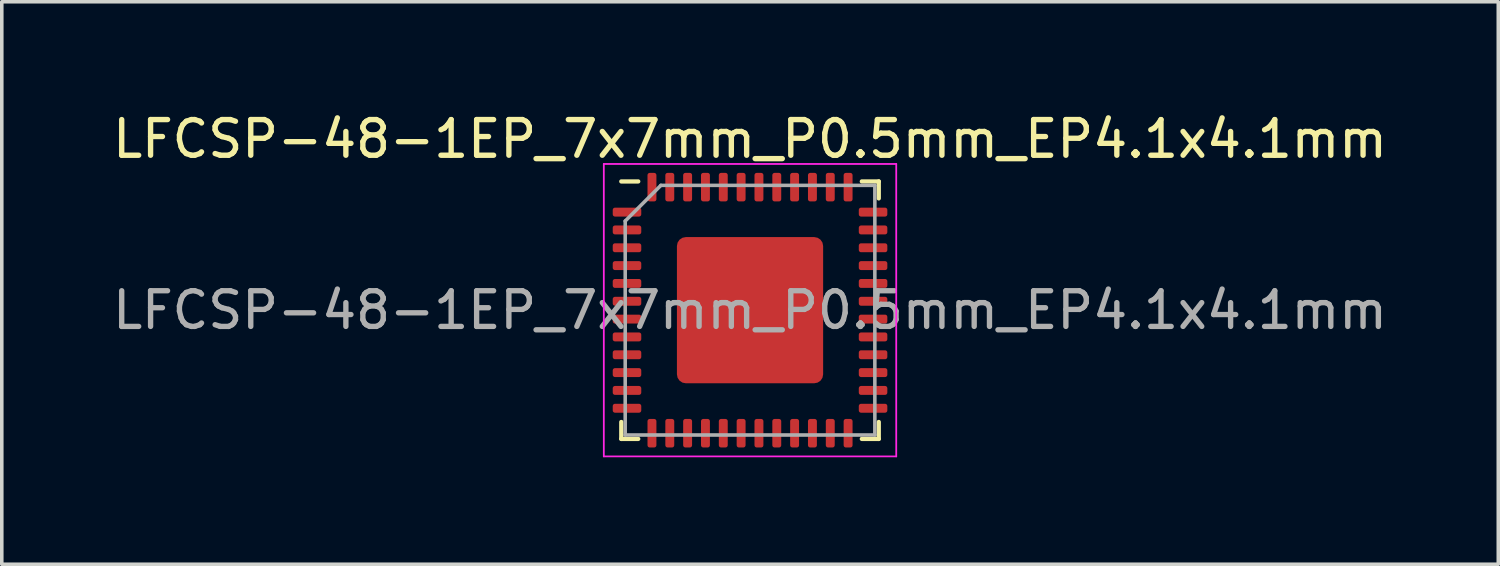
<source format=kicad_pcb>
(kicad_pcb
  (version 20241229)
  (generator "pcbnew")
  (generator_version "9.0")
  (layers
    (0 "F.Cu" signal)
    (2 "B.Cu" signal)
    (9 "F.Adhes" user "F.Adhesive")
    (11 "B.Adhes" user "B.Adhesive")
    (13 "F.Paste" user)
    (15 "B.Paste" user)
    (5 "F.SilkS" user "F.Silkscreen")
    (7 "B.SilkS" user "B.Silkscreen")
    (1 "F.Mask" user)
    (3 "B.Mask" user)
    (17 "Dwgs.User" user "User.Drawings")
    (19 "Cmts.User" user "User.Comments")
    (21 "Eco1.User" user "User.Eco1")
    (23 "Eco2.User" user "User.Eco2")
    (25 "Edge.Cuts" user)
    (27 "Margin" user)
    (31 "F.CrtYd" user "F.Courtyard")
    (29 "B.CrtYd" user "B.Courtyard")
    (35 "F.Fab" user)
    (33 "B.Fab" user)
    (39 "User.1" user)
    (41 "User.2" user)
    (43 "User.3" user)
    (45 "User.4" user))
  (footprint "LFCSP-48-1EP_7x7mm_P0.5mm_EP4.1x4.1mm"
    (layer "F.Cu")
    (at 17.982 5.648)
    (property "Reference" "LFCSP-48-1EP_7x7mm_P0.5mm_EP4.1x4.1mm" (at 0 -4.8 0) (layer "F.SilkS") (effects (font (size 1 1) (thickness 0.15))))
    (attr smd)
    (fp_line (start -3.61 3.61) (end -3.61 3.135) (stroke (width 0.12) (type solid)) (layer "F.SilkS"))
    (fp_line (start -3.135 -3.61) (end -3.61 -3.61) (stroke (width 0.12) (type solid)) (layer "F.SilkS"))
    (fp_line (start -3.135 3.61) (end -3.61 3.61) (stroke (width 0.12) (type solid)) (layer "F.SilkS"))
    (fp_line (start 3.135 -3.61) (end 3.61 -3.61) (stroke (width 0.12) (type solid)) (layer "F.SilkS"))
    (fp_line (start 3.135 3.61) (end 3.61 3.61) (stroke (width 0.12) (type solid)) (layer "F.SilkS"))
    (fp_line (start 3.61 -3.61) (end 3.61 -3.135) (stroke (width 0.12) (type solid)) (layer "F.SilkS"))
    (fp_line (start 3.61 3.61) (end 3.61 3.135) (stroke (width 0.12) (type solid)) (layer "F.SilkS"))
    (fp_line (start -4.1 -4.1) (end -4.1 4.1) (stroke (width 0.05) (type solid)) (layer "F.CrtYd"))
    (fp_line (start -4.1 4.1) (end 4.1 4.1) (stroke (width 0.05) (type solid)) (layer "F.CrtYd"))
    (fp_line (start 4.1 -4.1) (end -4.1 -4.1) (stroke (width 0.05) (type solid)) (layer "F.CrtYd"))
    (fp_line (start 4.1 4.1) (end 4.1 -4.1) (stroke (width 0.05) (type solid)) (layer "F.CrtYd"))
    (fp_line (start -3.5 -2.5) (end -2.5 -3.5) (stroke (width 0.1) (type solid)) (layer "F.Fab"))
    (fp_line (start -3.5 3.5) (end -3.5 -2.5) (stroke (width 0.1) (type solid)) (layer "F.Fab"))
    (fp_line (start -2.5 -3.5) (end 3.5 -3.5) (stroke (width 0.1) (type solid)) (layer "F.Fab"))
    (fp_line (start 3.5 -3.5) (end 3.5 3.5) (stroke (width 0.1) (type solid)) (layer "F.Fab"))
    (fp_line (start 3.5 3.5) (end -3.5 3.5) (stroke (width 0.1) (type solid)) (layer "F.Fab"))
    (fp_text user "${REFERENCE}" (at 0 0 0) (layer "F.Fab") (effects (font (size 1 1) (thickness 0.15))))
    (pad "" smd roundrect (at -1.37 -1.37) (size 1.1 1.1) (layers "F.Paste") (roundrect_rratio 0.227))
    (pad "" smd roundrect (at -1.37 0) (size 1.1 1.1) (layers "F.Paste") (roundrect_rratio 0.227))
    (pad "" smd roundrect (at -1.37 1.37) (size 1.1 1.1) (layers "F.Paste") (roundrect_rratio 0.227))
    (pad "" smd roundrect (at 0 -1.37) (size 1.1 1.1) (layers "F.Paste") (roundrect_rratio 0.227))
    (pad "" smd roundrect (at 0 0) (size 1.1 1.1) (layers "F.Paste") (roundrect_rratio 0.227))
    (pad "" smd roundrect (at 0 1.37) (size 1.1 1.1) (layers "F.Paste") (roundrect_rratio 0.227))
    (pad "" smd roundrect (at 1.37 -1.37) (size 1.1 1.1) (layers "F.Paste") (roundrect_rratio 0.227))
    (pad "" smd roundrect (at 1.37 0) (size 1.1 1.1) (layers "F.Paste") (roundrect_rratio 0.227))
    (pad "" smd roundrect (at 1.37 1.37) (size 1.1 1.1) (layers "F.Paste") (roundrect_rratio 0.227))
    (pad "1" smd roundrect (at -3.45 -2.75) (size 0.8 0.25) (layers "F.Cu" "F.Mask" "F.Paste") (roundrect_rratio 0.25))
    (pad "2" smd roundrect (at -3.45 -2.25) (size 0.8 0.25) (layers "F.Cu" "F.Mask" "F.Paste") (roundrect_rratio 0.25))
    (pad "3" smd roundrect (at -3.45 -1.75) (size 0.8 0.25) (layers "F.Cu" "F.Mask" "F.Paste") (roundrect_rratio 0.25))
    (pad "4" smd roundrect (at -3.45 -1.25) (size 0.8 0.25) (layers "F.Cu" "F.Mask" "F.Paste") (roundrect_rratio 0.25))
    (pad "5" smd roundrect (at -3.45 -0.75) (size 0.8 0.25) (layers "F.Cu" "F.Mask" "F.Paste") (roundrect_rratio 0.25))
    (pad "6" smd roundrect (at -3.45 -0.25) (size 0.8 0.25) (layers "F.Cu" "F.Mask" "F.Paste") (roundrect_rratio 0.25))
    (pad "7" smd roundrect (at -3.45 0.25) (size 0.8 0.25) (layers "F.Cu" "F.Mask" "F.Paste") (roundrect_rratio 0.25))
    (pad "8" smd roundrect (at -3.45 0.75) (size 0.8 0.25) (layers "F.Cu" "F.Mask" "F.Paste") (roundrect_rratio 0.25))
    (pad "9" smd roundrect (at -3.45 1.25) (size 0.8 0.25) (layers "F.Cu" "F.Mask" "F.Paste") (roundrect_rratio 0.25))
    (pad "10" smd roundrect (at -3.45 1.75) (size 0.8 0.25) (layers "F.Cu" "F.Mask" "F.Paste") (roundrect_rratio 0.25))
    (pad "11" smd roundrect (at -3.45 2.25) (size 0.8 0.25) (layers "F.Cu" "F.Mask" "F.Paste") (roundrect_rratio 0.25))
    (pad "12" smd roundrect (at -3.45 2.75) (size 0.8 0.25) (layers "F.Cu" "F.Mask" "F.Paste") (roundrect_rratio 0.25))
    (pad "13" smd roundrect (at -2.75 3.45) (size 0.25 0.8) (layers "F.Cu" "F.Mask" "F.Paste") (roundrect_rratio 0.25))
    (pad "14" smd roundrect (at -2.25 3.45) (size 0.25 0.8) (layers "F.Cu" "F.Mask" "F.Paste") (roundrect_rratio 0.25))
    (pad "15" smd roundrect (at -1.75 3.45) (size 0.25 0.8) (layers "F.Cu" "F.Mask" "F.Paste") (roundrect_rratio 0.25))
    (pad "16" smd roundrect (at -1.25 3.45) (size 0.25 0.8) (layers "F.Cu" "F.Mask" "F.Paste") (roundrect_rratio 0.25))
    (pad "17" smd roundrect (at -0.75 3.45) (size 0.25 0.8) (layers "F.Cu" "F.Mask" "F.Paste") (roundrect_rratio 0.25))
    (pad "18" smd roundrect (at -0.25 3.45) (size 0.25 0.8) (layers "F.Cu" "F.Mask" "F.Paste") (roundrect_rratio 0.25))
    (pad "19" smd roundrect (at 0.25 3.45) (size 0.25 0.8) (layers "F.Cu" "F.Mask" "F.Paste") (roundrect_rratio 0.25))
    (pad "20" smd roundrect (at 0.75 3.45) (size 0.25 0.8) (layers "F.Cu" "F.Mask" "F.Paste") (roundrect_rratio 0.25))
    (pad "21" smd roundrect (at 1.25 3.45) (size 0.25 0.8) (layers "F.Cu" "F.Mask" "F.Paste") (roundrect_rratio 0.25))
    (pad "22" smd roundrect (at 1.75 3.45) (size 0.25 0.8) (layers "F.Cu" "F.Mask" "F.Paste") (roundrect_rratio 0.25))
    (pad "23" smd roundrect (at 2.25 3.45) (size 0.25 0.8) (layers "F.Cu" "F.Mask" "F.Paste") (roundrect_rratio 0.25))
    (pad "24" smd roundrect (at 2.75 3.45) (size 0.25 0.8) (layers "F.Cu" "F.Mask" "F.Paste") (roundrect_rratio 0.25))
    (pad "25" smd roundrect (at 3.45 2.75) (size 0.8 0.25) (layers "F.Cu" "F.Mask" "F.Paste") (roundrect_rratio 0.25))
    (pad "26" smd roundrect (at 3.45 2.25) (size 0.8 0.25) (layers "F.Cu" "F.Mask" "F.Paste") (roundrect_rratio 0.25))
    (pad "27" smd roundrect (at 3.45 1.75) (size 0.8 0.25) (layers "F.Cu" "F.Mask" "F.Paste") (roundrect_rratio 0.25))
    (pad "28" smd roundrect (at 3.45 1.25) (size 0.8 0.25) (layers "F.Cu" "F.Mask" "F.Paste") (roundrect_rratio 0.25))
    (pad "29" smd roundrect (at 3.45 0.75) (size 0.8 0.25) (layers "F.Cu" "F.Mask" "F.Paste") (roundrect_rratio 0.25))
    (pad "30" smd roundrect (at 3.45 0.25) (size 0.8 0.25) (layers "F.Cu" "F.Mask" "F.Paste") (roundrect_rratio 0.25))
    (pad "31" smd roundrect (at 3.45 -0.25) (size 0.8 0.25) (layers "F.Cu" "F.Mask" "F.Paste") (roundrect_rratio 0.25))
    (pad "32" smd roundrect (at 3.45 -0.75) (size 0.8 0.25) (layers "F.Cu" "F.Mask" "F.Paste") (roundrect_rratio 0.25))
    (pad "33" smd roundrect (at 3.45 -1.25) (size 0.8 0.25) (layers "F.Cu" "F.Mask" "F.Paste") (roundrect_rratio 0.25))
    (pad "34" smd roundrect (at 3.45 -1.75) (size 0.8 0.25) (layers "F.Cu" "F.Mask" "F.Paste") (roundrect_rratio 0.25))
    (pad "35" smd roundrect (at 3.45 -2.25) (size 0.8 0.25) (layers "F.Cu" "F.Mask" "F.Paste") (roundrect_rratio 0.25))
    (pad "36" smd roundrect (at 3.45 -2.75) (size 0.8 0.25) (layers "F.Cu" "F.Mask" "F.Paste") (roundrect_rratio 0.25))
    (pad "37" smd roundrect (at 2.75 -3.45) (size 0.25 0.8) (layers "F.Cu" "F.Mask" "F.Paste") (roundrect_rratio 0.25))
    (pad "38" smd roundrect (at 2.25 -3.45) (size 0.25 0.8) (layers "F.Cu" "F.Mask" "F.Paste") (roundrect_rratio 0.25))
    (pad "39" smd roundrect (at 1.75 -3.45) (size 0.25 0.8) (layers "F.Cu" "F.Mask" "F.Paste") (roundrect_rratio 0.25))
    (pad "40" smd roundrect (at 1.25 -3.45) (size 0.25 0.8) (layers "F.Cu" "F.Mask" "F.Paste") (roundrect_rratio 0.25))
    (pad "41" smd roundrect (at 0.75 -3.45) (size 0.25 0.8) (layers "F.Cu" "F.Mask" "F.Paste") (roundrect_rratio 0.25))
    (pad "42" smd roundrect (at 0.25 -3.45) (size 0.25 0.8) (layers "F.Cu" "F.Mask" "F.Paste") (roundrect_rratio 0.25))
    (pad "43" smd roundrect (at -0.25 -3.45) (size 0.25 0.8) (layers "F.Cu" "F.Mask" "F.Paste") (roundrect_rratio 0.25))
    (pad "44" smd roundrect (at -0.75 -3.45) (size 0.25 0.8) (layers "F.Cu" "F.Mask" "F.Paste") (roundrect_rratio 0.25))
    (pad "45" smd roundrect (at -1.25 -3.45) (size 0.25 0.8) (layers "F.Cu" "F.Mask" "F.Paste") (roundrect_rratio 0.25))
    (pad "46" smd roundrect (at -1.75 -3.45) (size 0.25 0.8) (layers "F.Cu" "F.Mask" "F.Paste") (roundrect_rratio 0.25))
    (pad "47" smd roundrect (at -2.25 -3.45) (size 0.25 0.8) (layers "F.Cu" "F.Mask" "F.Paste") (roundrect_rratio 0.25))
    (pad "48" smd roundrect (at -2.75 -3.45) (size 0.25 0.8) (layers "F.Cu" "F.Mask" "F.Paste") (roundrect_rratio 0.25))
    (pad "49" smd roundrect (at 0 0) (size 4.1 4.1) (layers "F.Cu" "F.Mask") (roundrect_rratio 0.061)))
  (gr_rect
    (start -3 -3)
    (end 38.964 12.773)
    (stroke (width 0.1) (type default))
    (fill no)
    (layer "Edge.Cuts")))
</source>
